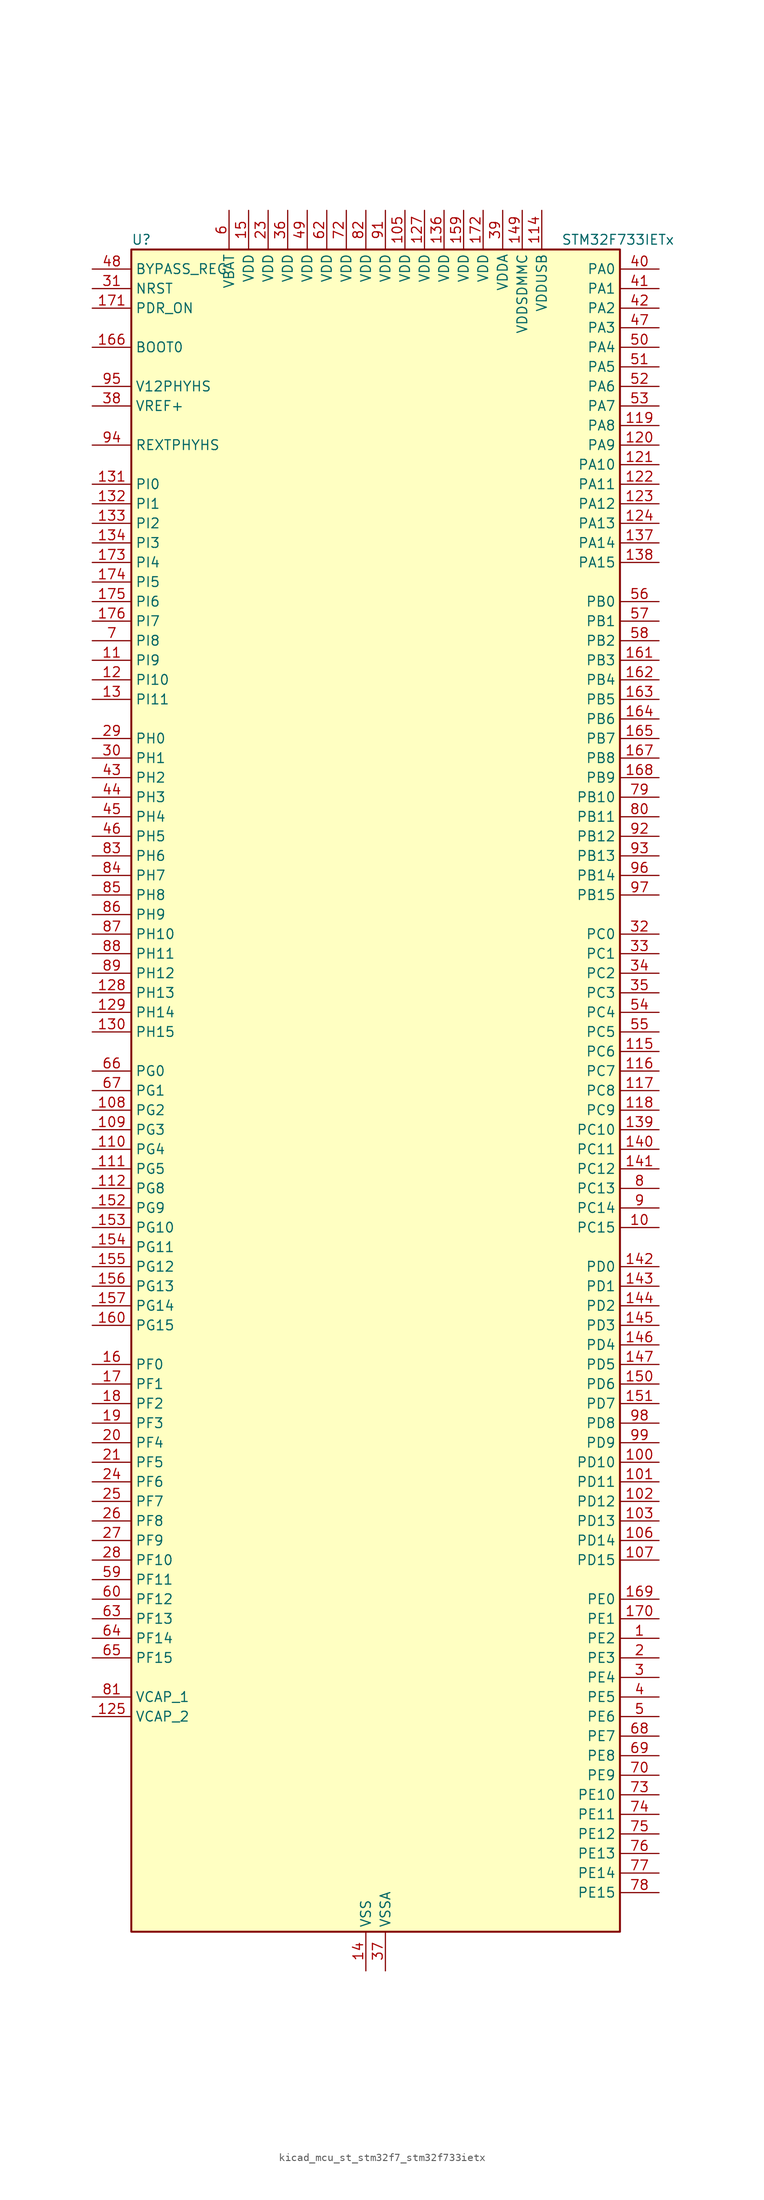
<source format=kicad_sym>
(kicad_symbol_lib
  (version 20220914)
  (generator kicad_symbol_editor)
  (symbol "kicad_mcu_st_stm32f7_stm32f733ietx"
    (property "Reference" "U"
      (at -30.48 110.49 0)
      (effects (font (size 1.27 1.27)) (justify left)))
    (property "Value" "STM32F733IETx"
      (at 25.4 110.49 0)
      (effects (font (size 1.27 1.27)) (justify left)))
    (property "ki_locked" ""
      (at 0 0 0)
      (effects (font (size 1.27 1.27))))
    (symbol "kicad_mcu_st_stm32f7_stm32f733ietx_0_1"
      (rectangle (start -30.48 -109.22) (end 33.02 109.22) (stroke (width 0.254) (type default)) (fill (type background))))
    (symbol "kicad_mcu_st_stm32f7_stm32f733ietx_1_1"
      (pin bidirectional line (at 38.1 -71.12 180) (length 5.08) (name "PE2" (effects (font (size 1.27 1.27)))) (number "1" (effects (font (size 1.27 1.27)))) (alternate "FMC_A23" bidirectional line) (alternate "QUADSPI_BK1_IO2" bidirectional line) (alternate "SAI1_MCLK_A" bidirectional line) (alternate "SPI4_SCK" bidirectional line) (alternate "SYS_TRACECLK" bidirectional line))
      (pin bidirectional line (at 38.1 -17.78 180) (length 5.08) (name "PC15" (effects (font (size 1.27 1.27)))) (number "10" (effects (font (size 1.27 1.27)))) (alternate "RCC_OSC32_OUT" bidirectional line))
      (pin bidirectional line (at 38.1 -48.26 180) (length 5.08) (name "PD10" (effects (font (size 1.27 1.27)))) (number "100" (effects (font (size 1.27 1.27)))) (alternate "FMC_D15" bidirectional line) (alternate "FMC_DA15" bidirectional line) (alternate "USART3_CK" bidirectional line))
      (pin bidirectional line (at 38.1 -50.8 180) (length 5.08) (name "PD11" (effects (font (size 1.27 1.27)))) (number "101" (effects (font (size 1.27 1.27)))) (alternate "ADC1_EXTI11" bidirectional line) (alternate "ADC2_EXTI11" bidirectional line) (alternate "ADC3_EXTI11" bidirectional line) (alternate "FMC_A16" bidirectional line) (alternate "FMC_CLE" bidirectional line) (alternate "QUADSPI_BK1_IO0" bidirectional line) (alternate "SAI2_SD_A" bidirectional line) (alternate "USART3_CTS" bidirectional line))
      (pin bidirectional line (at 38.1 -53.34 180) (length 5.08) (name "PD12" (effects (font (size 1.27 1.27)))) (number "102" (effects (font (size 1.27 1.27)))) (alternate "FMC_A17" bidirectional line) (alternate "FMC_ALE" bidirectional line) (alternate "LPTIM1_IN1" bidirectional line) (alternate "QUADSPI_BK1_IO1" bidirectional line) (alternate "SAI2_FS_A" bidirectional line) (alternate "TIM4_CH1" bidirectional line) (alternate "USART3_DE" bidirectional line) (alternate "USART3_RTS" bidirectional line))
      (pin bidirectional line (at 38.1 -55.88 180) (length 5.08) (name "PD13" (effects (font (size 1.27 1.27)))) (number "103" (effects (font (size 1.27 1.27)))) (alternate "FMC_A18" bidirectional line) (alternate "LPTIM1_OUT" bidirectional line) (alternate "QUADSPI_BK1_IO3" bidirectional line) (alternate "SAI2_SCK_A" bidirectional line) (alternate "TIM4_CH2" bidirectional line))
      (pin passive line (at 0 -114.3 90) (length 5.08) hide (name "VSS" (effects (font (size 1.27 1.27)))) (number "104" (effects (font (size 1.27 1.27)))))
      (pin power_in line (at 5.08 114.3 270) (length 5.08) (name "VDD" (effects (font (size 1.27 1.27)))) (number "105" (effects (font (size 1.27 1.27)))))
      (pin bidirectional line (at 38.1 -58.42 180) (length 5.08) (name "PD14" (effects (font (size 1.27 1.27)))) (number "106" (effects (font (size 1.27 1.27)))) (alternate "FMC_D0" bidirectional line) (alternate "FMC_DA0" bidirectional line) (alternate "TIM4_CH3" bidirectional line) (alternate "UART8_CTS" bidirectional line))
      (pin bidirectional line (at 38.1 -60.96 180) (length 5.08) (name "PD15" (effects (font (size 1.27 1.27)))) (number "107" (effects (font (size 1.27 1.27)))) (alternate "FMC_D1" bidirectional line) (alternate "FMC_DA1" bidirectional line) (alternate "TIM4_CH4" bidirectional line) (alternate "UART8_DE" bidirectional line) (alternate "UART8_RTS" bidirectional line))
      (pin bidirectional line (at -35.56 -2.54 0) (length 5.08) (name "PG2" (effects (font (size 1.27 1.27)))) (number "108" (effects (font (size 1.27 1.27)))) (alternate "FMC_A12" bidirectional line))
      (pin bidirectional line (at -35.56 -5.08 0) (length 5.08) (name "PG3" (effects (font (size 1.27 1.27)))) (number "109" (effects (font (size 1.27 1.27)))) (alternate "FMC_A13" bidirectional line))
      (pin bidirectional line (at -35.56 55.88 0) (length 5.08) (name "PI9" (effects (font (size 1.27 1.27)))) (number "11" (effects (font (size 1.27 1.27)))) (alternate "CAN1_RX" bidirectional line) (alternate "DAC_EXTI9" bidirectional line) (alternate "FMC_D30" bidirectional line) (alternate "UART4_RX" bidirectional line))
      (pin bidirectional line (at -35.56 -7.62 0) (length 5.08) (name "PG4" (effects (font (size 1.27 1.27)))) (number "110" (effects (font (size 1.27 1.27)))) (alternate "FMC_A14" bidirectional line) (alternate "FMC_BA0" bidirectional line))
      (pin bidirectional line (at -35.56 -10.16 0) (length 5.08) (name "PG5" (effects (font (size 1.27 1.27)))) (number "111" (effects (font (size 1.27 1.27)))) (alternate "FMC_A15" bidirectional line) (alternate "FMC_BA1" bidirectional line))
      (pin bidirectional line (at -35.56 -12.7 0) (length 5.08) (name "PG8" (effects (font (size 1.27 1.27)))) (number "112" (effects (font (size 1.27 1.27)))) (alternate "FMC_SDCLK" bidirectional line) (alternate "USART6_DE" bidirectional line) (alternate "USART6_RTS" bidirectional line))
      (pin passive line (at 0 -114.3 90) (length 5.08) hide (name "VSS" (effects (font (size 1.27 1.27)))) (number "113" (effects (font (size 1.27 1.27)))))
      (pin power_in line (at 22.86 114.3 270) (length 5.08) (name "VDDUSB" (effects (font (size 1.27 1.27)))) (number "114" (effects (font (size 1.27 1.27)))))
      (pin bidirectional line (at 38.1 5.08 180) (length 5.08) (name "PC6" (effects (font (size 1.27 1.27)))) (number "115" (effects (font (size 1.27 1.27)))) (alternate "I2S2_MCK" bidirectional line) (alternate "SDMMC1_D6" bidirectional line) (alternate "SDMMC2_D6" bidirectional line) (alternate "TIM3_CH1" bidirectional line) (alternate "TIM8_CH1" bidirectional line) (alternate "USART6_TX" bidirectional line))
      (pin bidirectional line (at 38.1 2.54 180) (length 5.08) (name "PC7" (effects (font (size 1.27 1.27)))) (number "116" (effects (font (size 1.27 1.27)))) (alternate "I2S3_MCK" bidirectional line) (alternate "SDMMC1_D7" bidirectional line) (alternate "SDMMC2_D7" bidirectional line) (alternate "TIM3_CH2" bidirectional line) (alternate "TIM8_CH2" bidirectional line) (alternate "USART6_RX" bidirectional line))
      (pin bidirectional line (at 38.1 0 180) (length 5.08) (name "PC8" (effects (font (size 1.27 1.27)))) (number "117" (effects (font (size 1.27 1.27)))) (alternate "SDMMC1_D0" bidirectional line) (alternate "SYS_TRACED1" bidirectional line) (alternate "TIM3_CH3" bidirectional line) (alternate "TIM8_CH3" bidirectional line) (alternate "UART5_DE" bidirectional line) (alternate "UART5_RTS" bidirectional line) (alternate "USART6_CK" bidirectional line))
      (pin bidirectional line (at 38.1 -2.54 180) (length 5.08) (name "PC9" (effects (font (size 1.27 1.27)))) (number "118" (effects (font (size 1.27 1.27)))) (alternate "DAC_EXTI9" bidirectional line) (alternate "I2C3_SDA" bidirectional line) (alternate "I2S_CKIN" bidirectional line) (alternate "QUADSPI_BK1_IO0" bidirectional line) (alternate "RCC_MCO_2" bidirectional line) (alternate "SDMMC1_D1" bidirectional line) (alternate "TIM3_CH4" bidirectional line) (alternate "TIM8_CH4" bidirectional line) (alternate "UART5_CTS" bidirectional line))
      (pin bidirectional line (at 38.1 86.36 180) (length 5.08) (name "PA8" (effects (font (size 1.27 1.27)))) (number "119" (effects (font (size 1.27 1.27)))) (alternate "I2C3_SCL" bidirectional line) (alternate "RCC_MCO_1" bidirectional line) (alternate "TIM1_CH1" bidirectional line) (alternate "TIM8_BKIN2" bidirectional line) (alternate "USART1_CK" bidirectional line) (alternate "USB_OTG_FS_SOF" bidirectional line))
      (pin bidirectional line (at -35.56 53.34 0) (length 5.08) (name "PI10" (effects (font (size 1.27 1.27)))) (number "12" (effects (font (size 1.27 1.27)))) (alternate "FMC_D31" bidirectional line))
      (pin bidirectional line (at 38.1 83.82 180) (length 5.08) (name "PA9" (effects (font (size 1.27 1.27)))) (number "120" (effects (font (size 1.27 1.27)))) (alternate "DAC_EXTI9" bidirectional line) (alternate "I2C3_SMBA" bidirectional line) (alternate "I2S2_CK" bidirectional line) (alternate "SPI2_SCK" bidirectional line) (alternate "TIM1_CH2" bidirectional line) (alternate "USART1_TX" bidirectional line) (alternate "USB_OTG_FS_VBUS" bidirectional line))
      (pin bidirectional line (at 38.1 81.28 180) (length 5.08) (name "PA10" (effects (font (size 1.27 1.27)))) (number "121" (effects (font (size 1.27 1.27)))) (alternate "TIM1_CH3" bidirectional line) (alternate "USART1_RX" bidirectional line) (alternate "USB_OTG_FS_ID" bidirectional line))
      (pin bidirectional line (at 38.1 78.74 180) (length 5.08) (name "PA11" (effects (font (size 1.27 1.27)))) (number "122" (effects (font (size 1.27 1.27)))) (alternate "ADC1_EXTI11" bidirectional line) (alternate "ADC2_EXTI11" bidirectional line) (alternate "ADC3_EXTI11" bidirectional line) (alternate "CAN1_RX" bidirectional line) (alternate "TIM1_CH4" bidirectional line) (alternate "USART1_CTS" bidirectional line) (alternate "USB_OTG_FS_DM" bidirectional line))
      (pin bidirectional line (at 38.1 76.2 180) (length 5.08) (name "PA12" (effects (font (size 1.27 1.27)))) (number "123" (effects (font (size 1.27 1.27)))) (alternate "CAN1_TX" bidirectional line) (alternate "SAI2_FS_B" bidirectional line) (alternate "TIM1_ETR" bidirectional line) (alternate "USART1_DE" bidirectional line) (alternate "USART1_RTS" bidirectional line) (alternate "USB_OTG_FS_DP" bidirectional line))
      (pin bidirectional line (at 38.1 73.66 180) (length 5.08) (name "PA13" (effects (font (size 1.27 1.27)))) (number "124" (effects (font (size 1.27 1.27)))) (alternate "SYS_JTMS-SWDIO" bidirectional line))
      (pin power_out line (at -35.56 -81.28 0) (length 5.08) (name "VCAP_2" (effects (font (size 1.27 1.27)))) (number "125" (effects (font (size 1.27 1.27)))))
      (pin passive line (at 0 -114.3 90) (length 5.08) hide (name "VSS" (effects (font (size 1.27 1.27)))) (number "126" (effects (font (size 1.27 1.27)))))
      (pin power_in line (at 7.62 114.3 270) (length 5.08) (name "VDD" (effects (font (size 1.27 1.27)))) (number "127" (effects (font (size 1.27 1.27)))))
      (pin bidirectional line (at -35.56 12.7 0) (length 5.08) (name "PH13" (effects (font (size 1.27 1.27)))) (number "128" (effects (font (size 1.27 1.27)))) (alternate "CAN1_TX" bidirectional line) (alternate "FMC_D21" bidirectional line) (alternate "TIM8_CH1N" bidirectional line) (alternate "UART4_TX" bidirectional line))
      (pin bidirectional line (at -35.56 10.16 0) (length 5.08) (name "PH14" (effects (font (size 1.27 1.27)))) (number "129" (effects (font (size 1.27 1.27)))) (alternate "CAN1_RX" bidirectional line) (alternate "FMC_D22" bidirectional line) (alternate "TIM8_CH2N" bidirectional line) (alternate "UART4_RX" bidirectional line))
      (pin bidirectional line (at -35.56 50.8 0) (length 5.08) (name "PI11" (effects (font (size 1.27 1.27)))) (number "13" (effects (font (size 1.27 1.27)))) (alternate "ADC1_EXTI11" bidirectional line) (alternate "ADC2_EXTI11" bidirectional line) (alternate "ADC3_EXTI11" bidirectional line) (alternate "SYS_WKUP6" bidirectional line))
      (pin bidirectional line (at -35.56 7.62 0) (length 5.08) (name "PH15" (effects (font (size 1.27 1.27)))) (number "130" (effects (font (size 1.27 1.27)))) (alternate "FMC_D23" bidirectional line) (alternate "TIM8_CH3N" bidirectional line))
      (pin bidirectional line (at -35.56 78.74 0) (length 5.08) (name "PI0" (effects (font (size 1.27 1.27)))) (number "131" (effects (font (size 1.27 1.27)))) (alternate "FMC_D24" bidirectional line) (alternate "I2S2_WS" bidirectional line) (alternate "SPI2_NSS" bidirectional line) (alternate "TIM5_CH4" bidirectional line))
      (pin bidirectional line (at -35.56 76.2 0) (length 5.08) (name "PI1" (effects (font (size 1.27 1.27)))) (number "132" (effects (font (size 1.27 1.27)))) (alternate "FMC_D25" bidirectional line) (alternate "I2S2_CK" bidirectional line) (alternate "SPI2_SCK" bidirectional line) (alternate "TIM8_BKIN2" bidirectional line))
      (pin bidirectional line (at -35.56 73.66 0) (length 5.08) (name "PI2" (effects (font (size 1.27 1.27)))) (number "133" (effects (font (size 1.27 1.27)))) (alternate "FMC_D26" bidirectional line) (alternate "SPI2_MISO" bidirectional line) (alternate "TIM8_CH4" bidirectional line))
      (pin bidirectional line (at -35.56 71.12 0) (length 5.08) (name "PI3" (effects (font (size 1.27 1.27)))) (number "134" (effects (font (size 1.27 1.27)))) (alternate "FMC_D27" bidirectional line) (alternate "I2S2_SD" bidirectional line) (alternate "SPI2_MOSI" bidirectional line) (alternate "TIM8_ETR" bidirectional line))
      (pin passive line (at 0 -114.3 90) (length 5.08) hide (name "VSS" (effects (font (size 1.27 1.27)))) (number "135" (effects (font (size 1.27 1.27)))))
      (pin power_in line (at 10.16 114.3 270) (length 5.08) (name "VDD" (effects (font (size 1.27 1.27)))) (number "136" (effects (font (size 1.27 1.27)))))
      (pin bidirectional line (at 38.1 71.12 180) (length 5.08) (name "PA14" (effects (font (size 1.27 1.27)))) (number "137" (effects (font (size 1.27 1.27)))) (alternate "SYS_JTCK-SWCLK" bidirectional line))
      (pin bidirectional line (at 38.1 68.58 180) (length 5.08) (name "PA15" (effects (font (size 1.27 1.27)))) (number "138" (effects (font (size 1.27 1.27)))) (alternate "I2S1_WS" bidirectional line) (alternate "I2S3_WS" bidirectional line) (alternate "SPI1_NSS" bidirectional line) (alternate "SPI3_NSS" bidirectional line) (alternate "SYS_JTDI" bidirectional line) (alternate "TIM2_CH1" bidirectional line) (alternate "TIM2_ETR" bidirectional line) (alternate "UART4_DE" bidirectional line) (alternate "UART4_RTS" bidirectional line))
      (pin bidirectional line (at 38.1 -5.08 180) (length 5.08) (name "PC10" (effects (font (size 1.27 1.27)))) (number "139" (effects (font (size 1.27 1.27)))) (alternate "I2S3_CK" bidirectional line) (alternate "QUADSPI_BK1_IO1" bidirectional line) (alternate "SDMMC1_D2" bidirectional line) (alternate "SPI3_SCK" bidirectional line) (alternate "UART4_TX" bidirectional line) (alternate "USART3_TX" bidirectional line))
      (pin power_in line (at 0 -114.3 90) (length 5.08) (name "VSS" (effects (font (size 1.27 1.27)))) (number "14" (effects (font (size 1.27 1.27)))))
      (pin bidirectional line (at 38.1 -7.62 180) (length 5.08) (name "PC11" (effects (font (size 1.27 1.27)))) (number "140" (effects (font (size 1.27 1.27)))) (alternate "ADC1_EXTI11" bidirectional line) (alternate "ADC2_EXTI11" bidirectional line) (alternate "ADC3_EXTI11" bidirectional line) (alternate "QUADSPI_BK2_NCS" bidirectional line) (alternate "SDMMC1_D3" bidirectional line) (alternate "SPI3_MISO" bidirectional line) (alternate "UART4_RX" bidirectional line) (alternate "USART3_RX" bidirectional line))
      (pin bidirectional line (at 38.1 -10.16 180) (length 5.08) (name "PC12" (effects (font (size 1.27 1.27)))) (number "141" (effects (font (size 1.27 1.27)))) (alternate "I2S3_SD" bidirectional line) (alternate "SDMMC1_CK" bidirectional line) (alternate "SPI3_MOSI" bidirectional line) (alternate "SYS_TRACED3" bidirectional line) (alternate "UART5_TX" bidirectional line) (alternate "USART3_CK" bidirectional line))
      (pin bidirectional line (at 38.1 -22.86 180) (length 5.08) (name "PD0" (effects (font (size 1.27 1.27)))) (number "142" (effects (font (size 1.27 1.27)))) (alternate "CAN1_RX" bidirectional line) (alternate "FMC_D2" bidirectional line) (alternate "FMC_DA2" bidirectional line))
      (pin bidirectional line (at 38.1 -25.4 180) (length 5.08) (name "PD1" (effects (font (size 1.27 1.27)))) (number "143" (effects (font (size 1.27 1.27)))) (alternate "CAN1_TX" bidirectional line) (alternate "FMC_D3" bidirectional line) (alternate "FMC_DA3" bidirectional line))
      (pin bidirectional line (at 38.1 -27.94 180) (length 5.08) (name "PD2" (effects (font (size 1.27 1.27)))) (number "144" (effects (font (size 1.27 1.27)))) (alternate "SDMMC1_CMD" bidirectional line) (alternate "SYS_TRACED2" bidirectional line) (alternate "TIM3_ETR" bidirectional line) (alternate "UART5_RX" bidirectional line))
      (pin bidirectional line (at 38.1 -30.48 180) (length 5.08) (name "PD3" (effects (font (size 1.27 1.27)))) (number "145" (effects (font (size 1.27 1.27)))) (alternate "FMC_CLK" bidirectional line) (alternate "I2S2_CK" bidirectional line) (alternate "SPI2_SCK" bidirectional line) (alternate "USART2_CTS" bidirectional line))
      (pin bidirectional line (at 38.1 -33.02 180) (length 5.08) (name "PD4" (effects (font (size 1.27 1.27)))) (number "146" (effects (font (size 1.27 1.27)))) (alternate "FMC_NOE" bidirectional line) (alternate "USART2_DE" bidirectional line) (alternate "USART2_RTS" bidirectional line))
      (pin bidirectional line (at 38.1 -35.56 180) (length 5.08) (name "PD5" (effects (font (size 1.27 1.27)))) (number "147" (effects (font (size 1.27 1.27)))) (alternate "FMC_NWE" bidirectional line) (alternate "USART2_TX" bidirectional line))
      (pin passive line (at 0 -114.3 90) (length 5.08) hide (name "VSS" (effects (font (size 1.27 1.27)))) (number "148" (effects (font (size 1.27 1.27)))))
      (pin power_in line (at 20.32 114.3 270) (length 5.08) (name "VDDSDMMC" (effects (font (size 1.27 1.27)))) (number "149" (effects (font (size 1.27 1.27)))))
      (pin power_in line (at -15.24 114.3 270) (length 5.08) (name "VDD" (effects (font (size 1.27 1.27)))) (number "15" (effects (font (size 1.27 1.27)))))
      (pin bidirectional line (at 38.1 -38.1 180) (length 5.08) (name "PD6" (effects (font (size 1.27 1.27)))) (number "150" (effects (font (size 1.27 1.27)))) (alternate "FMC_NWAIT" bidirectional line) (alternate "I2S3_SD" bidirectional line) (alternate "SAI1_SD_A" bidirectional line) (alternate "SDMMC2_CK" bidirectional line) (alternate "SPI3_MOSI" bidirectional line) (alternate "USART2_RX" bidirectional line))
      (pin bidirectional line (at 38.1 -40.64 180) (length 5.08) (name "PD7" (effects (font (size 1.27 1.27)))) (number "151" (effects (font (size 1.27 1.27)))) (alternate "FMC_NE1" bidirectional line) (alternate "SDMMC2_CMD" bidirectional line) (alternate "USART2_CK" bidirectional line))
      (pin bidirectional line (at -35.56 -15.24 0) (length 5.08) (name "PG9" (effects (font (size 1.27 1.27)))) (number "152" (effects (font (size 1.27 1.27)))) (alternate "DAC_EXTI9" bidirectional line) (alternate "FMC_NCE" bidirectional line) (alternate "FMC_NE2" bidirectional line) (alternate "QUADSPI_BK2_IO2" bidirectional line) (alternate "SAI2_FS_B" bidirectional line) (alternate "SDMMC2_D0" bidirectional line) (alternate "USART6_RX" bidirectional line))
      (pin bidirectional line (at -35.56 -17.78 0) (length 5.08) (name "PG10" (effects (font (size 1.27 1.27)))) (number "153" (effects (font (size 1.27 1.27)))) (alternate "FMC_NE3" bidirectional line) (alternate "SAI2_SD_B" bidirectional line) (alternate "SDMMC2_D1" bidirectional line))
      (pin bidirectional line (at -35.56 -20.32 0) (length 5.08) (name "PG11" (effects (font (size 1.27 1.27)))) (number "154" (effects (font (size 1.27 1.27)))) (alternate "ADC1_EXTI11" bidirectional line) (alternate "ADC2_EXTI11" bidirectional line) (alternate "ADC3_EXTI11" bidirectional line) (alternate "FMC_INT" bidirectional line) (alternate "SDMMC2_D2" bidirectional line))
      (pin bidirectional line (at -35.56 -22.86 0) (length 5.08) (name "PG12" (effects (font (size 1.27 1.27)))) (number "155" (effects (font (size 1.27 1.27)))) (alternate "FMC_NE4" bidirectional line) (alternate "LPTIM1_IN1" bidirectional line) (alternate "SDMMC2_D3" bidirectional line) (alternate "USART6_DE" bidirectional line) (alternate "USART6_RTS" bidirectional line))
      (pin bidirectional line (at -35.56 -25.4 0) (length 5.08) (name "PG13" (effects (font (size 1.27 1.27)))) (number "156" (effects (font (size 1.27 1.27)))) (alternate "FMC_A24" bidirectional line) (alternate "LPTIM1_OUT" bidirectional line) (alternate "SYS_TRACED0" bidirectional line) (alternate "USART6_CTS" bidirectional line))
      (pin bidirectional line (at -35.56 -27.94 0) (length 5.08) (name "PG14" (effects (font (size 1.27 1.27)))) (number "157" (effects (font (size 1.27 1.27)))) (alternate "FMC_A25" bidirectional line) (alternate "LPTIM1_ETR" bidirectional line) (alternate "QUADSPI_BK2_IO3" bidirectional line) (alternate "SYS_TRACED1" bidirectional line) (alternate "USART6_TX" bidirectional line))
      (pin passive line (at 0 -114.3 90) (length 5.08) hide (name "VSS" (effects (font (size 1.27 1.27)))) (number "158" (effects (font (size 1.27 1.27)))))
      (pin power_in line (at 12.7 114.3 270) (length 5.08) (name "VDD" (effects (font (size 1.27 1.27)))) (number "159" (effects (font (size 1.27 1.27)))))
      (pin bidirectional line (at -35.56 -35.56 0) (length 5.08) (name "PF0" (effects (font (size 1.27 1.27)))) (number "16" (effects (font (size 1.27 1.27)))) (alternate "FMC_A0" bidirectional line) (alternate "I2C2_SDA" bidirectional line))
      (pin bidirectional line (at -35.56 -30.48 0) (length 5.08) (name "PG15" (effects (font (size 1.27 1.27)))) (number "160" (effects (font (size 1.27 1.27)))) (alternate "FMC_SDNCAS" bidirectional line) (alternate "USART6_CTS" bidirectional line))
      (pin bidirectional line (at 38.1 55.88 180) (length 5.08) (name "PB3" (effects (font (size 1.27 1.27)))) (number "161" (effects (font (size 1.27 1.27)))) (alternate "I2S1_CK" bidirectional line) (alternate "I2S3_CK" bidirectional line) (alternate "SDMMC2_D2" bidirectional line) (alternate "SPI1_SCK" bidirectional line) (alternate "SPI3_SCK" bidirectional line) (alternate "SYS_JTDO-SWO" bidirectional line) (alternate "TIM2_CH2" bidirectional line))
      (pin bidirectional line (at 38.1 53.34 180) (length 5.08) (name "PB4" (effects (font (size 1.27 1.27)))) (number "162" (effects (font (size 1.27 1.27)))) (alternate "I2S2_WS" bidirectional line) (alternate "SDMMC2_D3" bidirectional line) (alternate "SPI1_MISO" bidirectional line) (alternate "SPI2_NSS" bidirectional line) (alternate "SPI3_MISO" bidirectional line) (alternate "SYS_JTRST" bidirectional line) (alternate "TIM3_CH1" bidirectional line))
      (pin bidirectional line (at 38.1 50.8 180) (length 5.08) (name "PB5" (effects (font (size 1.27 1.27)))) (number "163" (effects (font (size 1.27 1.27)))) (alternate "FMC_SDCKE1" bidirectional line) (alternate "I2C1_SMBA" bidirectional line) (alternate "I2S1_SD" bidirectional line) (alternate "I2S3_SD" bidirectional line) (alternate "SPI1_MOSI" bidirectional line) (alternate "SPI3_MOSI" bidirectional line) (alternate "TIM3_CH2" bidirectional line))
      (pin bidirectional line (at 38.1 48.26 180) (length 5.08) (name "PB6" (effects (font (size 1.27 1.27)))) (number "164" (effects (font (size 1.27 1.27)))) (alternate "FMC_SDNE1" bidirectional line) (alternate "I2C1_SCL" bidirectional line) (alternate "QUADSPI_BK1_NCS" bidirectional line) (alternate "TIM4_CH1" bidirectional line) (alternate "USART1_TX" bidirectional line))
      (pin bidirectional line (at 38.1 45.72 180) (length 5.08) (name "PB7" (effects (font (size 1.27 1.27)))) (number "165" (effects (font (size 1.27 1.27)))) (alternate "FMC_NL" bidirectional line) (alternate "I2C1_SDA" bidirectional line) (alternate "TIM4_CH2" bidirectional line) (alternate "USART1_RX" bidirectional line))
      (pin input line (at -35.56 96.52 0) (length 5.08) (name "BOOT0" (effects (font (size 1.27 1.27)))) (number "166" (effects (font (size 1.27 1.27)))))
      (pin bidirectional line (at 38.1 43.18 180) (length 5.08) (name "PB8" (effects (font (size 1.27 1.27)))) (number "167" (effects (font (size 1.27 1.27)))) (alternate "CAN1_RX" bidirectional line) (alternate "I2C1_SCL" bidirectional line) (alternate "SDMMC1_D4" bidirectional line) (alternate "SDMMC2_D4" bidirectional line) (alternate "TIM10_CH1" bidirectional line) (alternate "TIM4_CH3" bidirectional line))
      (pin bidirectional line (at 38.1 40.64 180) (length 5.08) (name "PB9" (effects (font (size 1.27 1.27)))) (number "168" (effects (font (size 1.27 1.27)))) (alternate "CAN1_TX" bidirectional line) (alternate "DAC_EXTI9" bidirectional line) (alternate "I2C1_SDA" bidirectional line) (alternate "I2S2_WS" bidirectional line) (alternate "SDMMC1_D5" bidirectional line) (alternate "SDMMC2_D5" bidirectional line) (alternate "SPI2_NSS" bidirectional line) (alternate "TIM11_CH1" bidirectional line) (alternate "TIM4_CH4" bidirectional line))
      (pin bidirectional line (at 38.1 -66.04 180) (length 5.08) (name "PE0" (effects (font (size 1.27 1.27)))) (number "169" (effects (font (size 1.27 1.27)))) (alternate "FMC_NBL0" bidirectional line) (alternate "LPTIM1_ETR" bidirectional line) (alternate "SAI2_MCLK_A" bidirectional line) (alternate "TIM4_ETR" bidirectional line) (alternate "UART8_RX" bidirectional line))
      (pin bidirectional line (at -35.56 -38.1 0) (length 5.08) (name "PF1" (effects (font (size 1.27 1.27)))) (number "17" (effects (font (size 1.27 1.27)))) (alternate "FMC_A1" bidirectional line) (alternate "I2C2_SCL" bidirectional line))
      (pin bidirectional line (at 38.1 -68.58 180) (length 5.08) (name "PE1" (effects (font (size 1.27 1.27)))) (number "170" (effects (font (size 1.27 1.27)))) (alternate "FMC_NBL1" bidirectional line) (alternate "LPTIM1_IN2" bidirectional line) (alternate "UART8_TX" bidirectional line))
      (pin input line (at -35.56 101.6 0) (length 5.08) (name "PDR_ON" (effects (font (size 1.27 1.27)))) (number "171" (effects (font (size 1.27 1.27)))))
      (pin power_in line (at 15.24 114.3 270) (length 5.08) (name "VDD" (effects (font (size 1.27 1.27)))) (number "172" (effects (font (size 1.27 1.27)))))
      (pin bidirectional line (at -35.56 68.58 0) (length 5.08) (name "PI4" (effects (font (size 1.27 1.27)))) (number "173" (effects (font (size 1.27 1.27)))) (alternate "FMC_NBL2" bidirectional line) (alternate "SAI2_MCLK_A" bidirectional line) (alternate "TIM8_BKIN" bidirectional line))
      (pin bidirectional line (at -35.56 66.04 0) (length 5.08) (name "PI5" (effects (font (size 1.27 1.27)))) (number "174" (effects (font (size 1.27 1.27)))) (alternate "FMC_NBL3" bidirectional line) (alternate "SAI2_SCK_A" bidirectional line) (alternate "TIM8_CH1" bidirectional line))
      (pin bidirectional line (at -35.56 63.5 0) (length 5.08) (name "PI6" (effects (font (size 1.27 1.27)))) (number "175" (effects (font (size 1.27 1.27)))) (alternate "FMC_D28" bidirectional line) (alternate "SAI2_SD_A" bidirectional line) (alternate "TIM8_CH2" bidirectional line))
      (pin bidirectional line (at -35.56 60.96 0) (length 5.08) (name "PI7" (effects (font (size 1.27 1.27)))) (number "176" (effects (font (size 1.27 1.27)))) (alternate "FMC_D29" bidirectional line) (alternate "SAI2_FS_A" bidirectional line) (alternate "TIM8_CH3" bidirectional line))
      (pin bidirectional line (at -35.56 -40.64 0) (length 5.08) (name "PF2" (effects (font (size 1.27 1.27)))) (number "18" (effects (font (size 1.27 1.27)))) (alternate "FMC_A2" bidirectional line) (alternate "I2C2_SMBA" bidirectional line))
      (pin bidirectional line (at -35.56 -43.18 0) (length 5.08) (name "PF3" (effects (font (size 1.27 1.27)))) (number "19" (effects (font (size 1.27 1.27)))) (alternate "ADC3_IN9" bidirectional line) (alternate "FMC_A3" bidirectional line))
      (pin bidirectional line (at 38.1 -73.66 180) (length 5.08) (name "PE3" (effects (font (size 1.27 1.27)))) (number "2" (effects (font (size 1.27 1.27)))) (alternate "FMC_A19" bidirectional line) (alternate "SAI1_SD_B" bidirectional line) (alternate "SYS_TRACED0" bidirectional line))
      (pin bidirectional line (at -35.56 -45.72 0) (length 5.08) (name "PF4" (effects (font (size 1.27 1.27)))) (number "20" (effects (font (size 1.27 1.27)))) (alternate "ADC3_IN14" bidirectional line) (alternate "FMC_A4" bidirectional line))
      (pin bidirectional line (at -35.56 -48.26 0) (length 5.08) (name "PF5" (effects (font (size 1.27 1.27)))) (number "21" (effects (font (size 1.27 1.27)))) (alternate "ADC3_IN15" bidirectional line) (alternate "FMC_A5" bidirectional line))
      (pin passive line (at 0 -114.3 90) (length 5.08) hide (name "VSS" (effects (font (size 1.27 1.27)))) (number "22" (effects (font (size 1.27 1.27)))))
      (pin power_in line (at -12.7 114.3 270) (length 5.08) (name "VDD" (effects (font (size 1.27 1.27)))) (number "23" (effects (font (size 1.27 1.27)))))
      (pin bidirectional line (at -35.56 -50.8 0) (length 5.08) (name "PF6" (effects (font (size 1.27 1.27)))) (number "24" (effects (font (size 1.27 1.27)))) (alternate "ADC3_IN4" bidirectional line) (alternate "QUADSPI_BK1_IO3" bidirectional line) (alternate "SAI1_SD_B" bidirectional line) (alternate "SPI5_NSS" bidirectional line) (alternate "TIM10_CH1" bidirectional line) (alternate "UART7_RX" bidirectional line))
      (pin bidirectional line (at -35.56 -53.34 0) (length 5.08) (name "PF7" (effects (font (size 1.27 1.27)))) (number "25" (effects (font (size 1.27 1.27)))) (alternate "ADC3_IN5" bidirectional line) (alternate "QUADSPI_BK1_IO2" bidirectional line) (alternate "SAI1_MCLK_B" bidirectional line) (alternate "SPI5_SCK" bidirectional line) (alternate "TIM11_CH1" bidirectional line) (alternate "UART7_TX" bidirectional line))
      (pin bidirectional line (at -35.56 -55.88 0) (length 5.08) (name "PF8" (effects (font (size 1.27 1.27)))) (number "26" (effects (font (size 1.27 1.27)))) (alternate "ADC3_IN6" bidirectional line) (alternate "QUADSPI_BK1_IO0" bidirectional line) (alternate "SAI1_SCK_B" bidirectional line) (alternate "SPI5_MISO" bidirectional line) (alternate "TIM13_CH1" bidirectional line) (alternate "UART7_DE" bidirectional line) (alternate "UART7_RTS" bidirectional line))
      (pin bidirectional line (at -35.56 -58.42 0) (length 5.08) (name "PF9" (effects (font (size 1.27 1.27)))) (number "27" (effects (font (size 1.27 1.27)))) (alternate "ADC3_IN7" bidirectional line) (alternate "DAC_EXTI9" bidirectional line) (alternate "QUADSPI_BK1_IO1" bidirectional line) (alternate "SAI1_FS_B" bidirectional line) (alternate "SPI5_MOSI" bidirectional line) (alternate "TIM14_CH1" bidirectional line) (alternate "UART7_CTS" bidirectional line))
      (pin bidirectional line (at -35.56 -60.96 0) (length 5.08) (name "PF10" (effects (font (size 1.27 1.27)))) (number "28" (effects (font (size 1.27 1.27)))) (alternate "ADC3_IN8" bidirectional line))
      (pin bidirectional line (at -35.56 45.72 0) (length 5.08) (name "PH0" (effects (font (size 1.27 1.27)))) (number "29" (effects (font (size 1.27 1.27)))) (alternate "RCC_OSC_IN" bidirectional line))
      (pin bidirectional line (at 38.1 -76.2 180) (length 5.08) (name "PE4" (effects (font (size 1.27 1.27)))) (number "3" (effects (font (size 1.27 1.27)))) (alternate "FMC_A20" bidirectional line) (alternate "SAI1_FS_A" bidirectional line) (alternate "SPI4_NSS" bidirectional line) (alternate "SYS_TRACED1" bidirectional line))
      (pin bidirectional line (at -35.56 43.18 0) (length 5.08) (name "PH1" (effects (font (size 1.27 1.27)))) (number "30" (effects (font (size 1.27 1.27)))) (alternate "RCC_OSC_OUT" bidirectional line))
      (pin input line (at -35.56 104.14 0) (length 5.08) (name "NRST" (effects (font (size 1.27 1.27)))) (number "31" (effects (font (size 1.27 1.27)))))
      (pin bidirectional line (at 38.1 20.32 180) (length 5.08) (name "PC0" (effects (font (size 1.27 1.27)))) (number "32" (effects (font (size 1.27 1.27)))) (alternate "ADC1_IN10" bidirectional line) (alternate "ADC2_IN10" bidirectional line) (alternate "ADC3_IN10" bidirectional line) (alternate "FMC_SDNWE" bidirectional line) (alternate "SAI2_FS_B" bidirectional line))
      (pin bidirectional line (at 38.1 17.78 180) (length 5.08) (name "PC1" (effects (font (size 1.27 1.27)))) (number "33" (effects (font (size 1.27 1.27)))) (alternate "ADC1_IN11" bidirectional line) (alternate "ADC2_IN11" bidirectional line) (alternate "ADC3_IN11" bidirectional line) (alternate "I2S2_SD" bidirectional line) (alternate "RTC_TAMP3" bidirectional line) (alternate "RTC_TS" bidirectional line) (alternate "SAI1_SD_A" bidirectional line) (alternate "SPI2_MOSI" bidirectional line) (alternate "SYS_TRACED0" bidirectional line) (alternate "SYS_WKUP3" bidirectional line))
      (pin bidirectional line (at 38.1 15.24 180) (length 5.08) (name "PC2" (effects (font (size 1.27 1.27)))) (number "34" (effects (font (size 1.27 1.27)))) (alternate "ADC1_IN12" bidirectional line) (alternate "ADC2_IN12" bidirectional line) (alternate "ADC3_IN12" bidirectional line) (alternate "FMC_SDNE0" bidirectional line) (alternate "SPI2_MISO" bidirectional line))
      (pin bidirectional line (at 38.1 12.7 180) (length 5.08) (name "PC3" (effects (font (size 1.27 1.27)))) (number "35" (effects (font (size 1.27 1.27)))) (alternate "ADC1_IN13" bidirectional line) (alternate "ADC2_IN13" bidirectional line) (alternate "ADC3_IN13" bidirectional line) (alternate "FMC_SDCKE0" bidirectional line) (alternate "I2S2_SD" bidirectional line) (alternate "SPI2_MOSI" bidirectional line))
      (pin power_in line (at -10.16 114.3 270) (length 5.08) (name "VDD" (effects (font (size 1.27 1.27)))) (number "36" (effects (font (size 1.27 1.27)))))
      (pin power_in line (at 2.54 -114.3 90) (length 5.08) (name "VSSA" (effects (font (size 1.27 1.27)))) (number "37" (effects (font (size 1.27 1.27)))))
      (pin input line (at -35.56 88.9 0) (length 5.08) (name "VREF+" (effects (font (size 1.27 1.27)))) (number "38" (effects (font (size 1.27 1.27)))))
      (pin power_in line (at 17.78 114.3 270) (length 5.08) (name "VDDA" (effects (font (size 1.27 1.27)))) (number "39" (effects (font (size 1.27 1.27)))))
      (pin bidirectional line (at 38.1 -78.74 180) (length 5.08) (name "PE5" (effects (font (size 1.27 1.27)))) (number "4" (effects (font (size 1.27 1.27)))) (alternate "FMC_A21" bidirectional line) (alternate "SAI1_SCK_A" bidirectional line) (alternate "SPI4_MISO" bidirectional line) (alternate "SYS_TRACED2" bidirectional line) (alternate "TIM9_CH1" bidirectional line))
      (pin bidirectional line (at 38.1 106.68 180) (length 5.08) (name "PA0" (effects (font (size 1.27 1.27)))) (number "40" (effects (font (size 1.27 1.27)))) (alternate "ADC1_IN0" bidirectional line) (alternate "ADC2_IN0" bidirectional line) (alternate "ADC3_IN0" bidirectional line) (alternate "SAI2_SD_B" bidirectional line) (alternate "SYS_WKUP1" bidirectional line) (alternate "TIM2_CH1" bidirectional line) (alternate "TIM2_ETR" bidirectional line) (alternate "TIM5_CH1" bidirectional line) (alternate "TIM8_ETR" bidirectional line) (alternate "UART4_TX" bidirectional line) (alternate "USART2_CTS" bidirectional line))
      (pin bidirectional line (at 38.1 104.14 180) (length 5.08) (name "PA1" (effects (font (size 1.27 1.27)))) (number "41" (effects (font (size 1.27 1.27)))) (alternate "ADC1_IN1" bidirectional line) (alternate "ADC2_IN1" bidirectional line) (alternate "ADC3_IN1" bidirectional line) (alternate "QUADSPI_BK1_IO3" bidirectional line) (alternate "SAI2_MCLK_B" bidirectional line) (alternate "TIM2_CH2" bidirectional line) (alternate "TIM5_CH2" bidirectional line) (alternate "UART4_RX" bidirectional line) (alternate "USART2_DE" bidirectional line) (alternate "USART2_RTS" bidirectional line))
      (pin bidirectional line (at 38.1 101.6 180) (length 5.08) (name "PA2" (effects (font (size 1.27 1.27)))) (number "42" (effects (font (size 1.27 1.27)))) (alternate "ADC1_IN2" bidirectional line) (alternate "ADC2_IN2" bidirectional line) (alternate "ADC3_IN2" bidirectional line) (alternate "SAI2_SCK_B" bidirectional line) (alternate "SYS_WKUP2" bidirectional line) (alternate "TIM2_CH3" bidirectional line) (alternate "TIM5_CH3" bidirectional line) (alternate "TIM9_CH1" bidirectional line) (alternate "USART2_TX" bidirectional line))
      (pin bidirectional line (at -35.56 40.64 0) (length 5.08) (name "PH2" (effects (font (size 1.27 1.27)))) (number "43" (effects (font (size 1.27 1.27)))) (alternate "FMC_SDCKE0" bidirectional line) (alternate "LPTIM1_IN2" bidirectional line) (alternate "QUADSPI_BK2_IO0" bidirectional line) (alternate "SAI2_SCK_B" bidirectional line))
      (pin bidirectional line (at -35.56 38.1 0) (length 5.08) (name "PH3" (effects (font (size 1.27 1.27)))) (number "44" (effects (font (size 1.27 1.27)))) (alternate "FMC_SDNE0" bidirectional line) (alternate "QUADSPI_BK2_IO1" bidirectional line) (alternate "SAI2_MCLK_B" bidirectional line))
      (pin bidirectional line (at -35.56 35.56 0) (length 5.08) (name "PH4" (effects (font (size 1.27 1.27)))) (number "45" (effects (font (size 1.27 1.27)))) (alternate "I2C2_SCL" bidirectional line))
      (pin bidirectional line (at -35.56 33.02 0) (length 5.08) (name "PH5" (effects (font (size 1.27 1.27)))) (number "46" (effects (font (size 1.27 1.27)))) (alternate "FMC_SDNWE" bidirectional line) (alternate "I2C2_SDA" bidirectional line) (alternate "SPI5_NSS" bidirectional line))
      (pin bidirectional line (at 38.1 99.06 180) (length 5.08) (name "PA3" (effects (font (size 1.27 1.27)))) (number "47" (effects (font (size 1.27 1.27)))) (alternate "ADC1_IN3" bidirectional line) (alternate "ADC2_IN3" bidirectional line) (alternate "ADC3_IN3" bidirectional line) (alternate "TIM2_CH4" bidirectional line) (alternate "TIM5_CH4" bidirectional line) (alternate "TIM9_CH2" bidirectional line) (alternate "USART2_RX" bidirectional line))
      (pin input line (at -35.56 106.68 0) (length 5.08) (name "BYPASS_REG" (effects (font (size 1.27 1.27)))) (number "48" (effects (font (size 1.27 1.27)))))
      (pin power_in line (at -7.62 114.3 270) (length 5.08) (name "VDD" (effects (font (size 1.27 1.27)))) (number "49" (effects (font (size 1.27 1.27)))))
      (pin bidirectional line (at 38.1 -81.28 180) (length 5.08) (name "PE6" (effects (font (size 1.27 1.27)))) (number "5" (effects (font (size 1.27 1.27)))) (alternate "FMC_A22" bidirectional line) (alternate "SAI1_SD_A" bidirectional line) (alternate "SAI2_MCLK_B" bidirectional line) (alternate "SPI4_MOSI" bidirectional line) (alternate "SYS_TRACED3" bidirectional line) (alternate "TIM1_BKIN2" bidirectional line) (alternate "TIM9_CH2" bidirectional line))
      (pin bidirectional line (at 38.1 96.52 180) (length 5.08) (name "PA4" (effects (font (size 1.27 1.27)))) (number "50" (effects (font (size 1.27 1.27)))) (alternate "ADC1_IN4" bidirectional line) (alternate "ADC2_IN4" bidirectional line) (alternate "DAC_OUT1" bidirectional line) (alternate "I2S1_WS" bidirectional line) (alternate "I2S3_WS" bidirectional line) (alternate "SPI1_NSS" bidirectional line) (alternate "SPI3_NSS" bidirectional line) (alternate "USART2_CK" bidirectional line) (alternate "USB_OTG_HS_SOF" bidirectional line))
      (pin bidirectional line (at 38.1 93.98 180) (length 5.08) (name "PA5" (effects (font (size 1.27 1.27)))) (number "51" (effects (font (size 1.27 1.27)))) (alternate "ADC1_IN5" bidirectional line) (alternate "ADC2_IN5" bidirectional line) (alternate "DAC_OUT2" bidirectional line) (alternate "I2S1_CK" bidirectional line) (alternate "SPI1_SCK" bidirectional line) (alternate "TIM2_CH1" bidirectional line) (alternate "TIM2_ETR" bidirectional line) (alternate "TIM8_CH1N" bidirectional line))
      (pin bidirectional line (at 38.1 91.44 180) (length 5.08) (name "PA6" (effects (font (size 1.27 1.27)))) (number "52" (effects (font (size 1.27 1.27)))) (alternate "ADC1_IN6" bidirectional line) (alternate "ADC2_IN6" bidirectional line) (alternate "SPI1_MISO" bidirectional line) (alternate "TIM13_CH1" bidirectional line) (alternate "TIM1_BKIN" bidirectional line) (alternate "TIM3_CH1" bidirectional line) (alternate "TIM8_BKIN" bidirectional line))
      (pin bidirectional line (at 38.1 88.9 180) (length 5.08) (name "PA7" (effects (font (size 1.27 1.27)))) (number "53" (effects (font (size 1.27 1.27)))) (alternate "ADC1_IN7" bidirectional line) (alternate "ADC2_IN7" bidirectional line) (alternate "FMC_SDNWE" bidirectional line) (alternate "I2S1_SD" bidirectional line) (alternate "SPI1_MOSI" bidirectional line) (alternate "TIM14_CH1" bidirectional line) (alternate "TIM1_CH1N" bidirectional line) (alternate "TIM3_CH2" bidirectional line) (alternate "TIM8_CH1N" bidirectional line))
      (pin bidirectional line (at 38.1 10.16 180) (length 5.08) (name "PC4" (effects (font (size 1.27 1.27)))) (number "54" (effects (font (size 1.27 1.27)))) (alternate "ADC1_IN14" bidirectional line) (alternate "ADC2_IN14" bidirectional line) (alternate "FMC_SDNE0" bidirectional line) (alternate "I2S1_MCK" bidirectional line))
      (pin bidirectional line (at 38.1 7.62 180) (length 5.08) (name "PC5" (effects (font (size 1.27 1.27)))) (number "55" (effects (font (size 1.27 1.27)))) (alternate "ADC1_IN15" bidirectional line) (alternate "ADC2_IN15" bidirectional line) (alternate "FMC_SDCKE0" bidirectional line))
      (pin bidirectional line (at 38.1 63.5 180) (length 5.08) (name "PB0" (effects (font (size 1.27 1.27)))) (number "56" (effects (font (size 1.27 1.27)))) (alternate "ADC1_IN8" bidirectional line) (alternate "ADC2_IN8" bidirectional line) (alternate "TIM1_CH2N" bidirectional line) (alternate "TIM3_CH3" bidirectional line) (alternate "TIM8_CH2N" bidirectional line) (alternate "UART4_CTS" bidirectional line))
      (pin bidirectional line (at 38.1 60.96 180) (length 5.08) (name "PB1" (effects (font (size 1.27 1.27)))) (number "57" (effects (font (size 1.27 1.27)))) (alternate "ADC1_IN9" bidirectional line) (alternate "ADC2_IN9" bidirectional line) (alternate "TIM1_CH3N" bidirectional line) (alternate "TIM3_CH4" bidirectional line) (alternate "TIM8_CH3N" bidirectional line))
      (pin bidirectional line (at 38.1 58.42 180) (length 5.08) (name "PB2" (effects (font (size 1.27 1.27)))) (number "58" (effects (font (size 1.27 1.27)))) (alternate "I2S3_SD" bidirectional line) (alternate "QUADSPI_CLK" bidirectional line) (alternate "SAI1_SD_A" bidirectional line) (alternate "SPI3_MOSI" bidirectional line))
      (pin bidirectional line (at -35.56 -63.5 0) (length 5.08) (name "PF11" (effects (font (size 1.27 1.27)))) (number "59" (effects (font (size 1.27 1.27)))) (alternate "ADC1_EXTI11" bidirectional line) (alternate "ADC2_EXTI11" bidirectional line) (alternate "ADC3_EXTI11" bidirectional line) (alternate "FMC_SDNRAS" bidirectional line) (alternate "SAI2_SD_B" bidirectional line) (alternate "SPI5_MOSI" bidirectional line))
      (pin power_in line (at -17.78 114.3 270) (length 5.08) (name "VBAT" (effects (font (size 1.27 1.27)))) (number "6" (effects (font (size 1.27 1.27)))))
      (pin bidirectional line (at -35.56 -66.04 0) (length 5.08) (name "PF12" (effects (font (size 1.27 1.27)))) (number "60" (effects (font (size 1.27 1.27)))) (alternate "FMC_A6" bidirectional line))
      (pin passive line (at 0 -114.3 90) (length 5.08) hide (name "VSS" (effects (font (size 1.27 1.27)))) (number "61" (effects (font (size 1.27 1.27)))))
      (pin power_in line (at -5.08 114.3 270) (length 5.08) (name "VDD" (effects (font (size 1.27 1.27)))) (number "62" (effects (font (size 1.27 1.27)))))
      (pin bidirectional line (at -35.56 -68.58 0) (length 5.08) (name "PF13" (effects (font (size 1.27 1.27)))) (number "63" (effects (font (size 1.27 1.27)))) (alternate "FMC_A7" bidirectional line))
      (pin bidirectional line (at -35.56 -71.12 0) (length 5.08) (name "PF14" (effects (font (size 1.27 1.27)))) (number "64" (effects (font (size 1.27 1.27)))) (alternate "FMC_A8" bidirectional line))
      (pin bidirectional line (at -35.56 -73.66 0) (length 5.08) (name "PF15" (effects (font (size 1.27 1.27)))) (number "65" (effects (font (size 1.27 1.27)))) (alternate "FMC_A9" bidirectional line))
      (pin bidirectional line (at -35.56 2.54 0) (length 5.08) (name "PG0" (effects (font (size 1.27 1.27)))) (number "66" (effects (font (size 1.27 1.27)))) (alternate "FMC_A10" bidirectional line))
      (pin bidirectional line (at -35.56 0 0) (length 5.08) (name "PG1" (effects (font (size 1.27 1.27)))) (number "67" (effects (font (size 1.27 1.27)))) (alternate "FMC_A11" bidirectional line))
      (pin bidirectional line (at 38.1 -83.82 180) (length 5.08) (name "PE7" (effects (font (size 1.27 1.27)))) (number "68" (effects (font (size 1.27 1.27)))) (alternate "FMC_D4" bidirectional line) (alternate "FMC_DA4" bidirectional line) (alternate "QUADSPI_BK2_IO0" bidirectional line) (alternate "TIM1_ETR" bidirectional line) (alternate "UART7_RX" bidirectional line))
      (pin bidirectional line (at 38.1 -86.36 180) (length 5.08) (name "PE8" (effects (font (size 1.27 1.27)))) (number "69" (effects (font (size 1.27 1.27)))) (alternate "FMC_D5" bidirectional line) (alternate "FMC_DA5" bidirectional line) (alternate "QUADSPI_BK2_IO1" bidirectional line) (alternate "TIM1_CH1N" bidirectional line) (alternate "UART7_TX" bidirectional line))
      (pin bidirectional line (at -35.56 58.42 0) (length 5.08) (name "PI8" (effects (font (size 1.27 1.27)))) (number "7" (effects (font (size 1.27 1.27)))) (alternate "RTC_TAMP2" bidirectional line) (alternate "RTC_TS" bidirectional line) (alternate "SYS_WKUP5" bidirectional line))
      (pin bidirectional line (at 38.1 -88.9 180) (length 5.08) (name "PE9" (effects (font (size 1.27 1.27)))) (number "70" (effects (font (size 1.27 1.27)))) (alternate "DAC_EXTI9" bidirectional line) (alternate "FMC_D6" bidirectional line) (alternate "FMC_DA6" bidirectional line) (alternate "QUADSPI_BK2_IO2" bidirectional line) (alternate "TIM1_CH1" bidirectional line) (alternate "UART7_DE" bidirectional line) (alternate "UART7_RTS" bidirectional line))
      (pin passive line (at 0 -114.3 90) (length 5.08) hide (name "VSS" (effects (font (size 1.27 1.27)))) (number "71" (effects (font (size 1.27 1.27)))))
      (pin power_in line (at -2.54 114.3 270) (length 5.08) (name "VDD" (effects (font (size 1.27 1.27)))) (number "72" (effects (font (size 1.27 1.27)))))
      (pin bidirectional line (at 38.1 -91.44 180) (length 5.08) (name "PE10" (effects (font (size 1.27 1.27)))) (number "73" (effects (font (size 1.27 1.27)))) (alternate "FMC_D7" bidirectional line) (alternate "FMC_DA7" bidirectional line) (alternate "QUADSPI_BK2_IO3" bidirectional line) (alternate "TIM1_CH2N" bidirectional line) (alternate "UART7_CTS" bidirectional line))
      (pin bidirectional line (at 38.1 -93.98 180) (length 5.08) (name "PE11" (effects (font (size 1.27 1.27)))) (number "74" (effects (font (size 1.27 1.27)))) (alternate "ADC1_EXTI11" bidirectional line) (alternate "ADC2_EXTI11" bidirectional line) (alternate "ADC3_EXTI11" bidirectional line) (alternate "FMC_D8" bidirectional line) (alternate "FMC_DA8" bidirectional line) (alternate "SAI2_SD_B" bidirectional line) (alternate "SPI4_NSS" bidirectional line) (alternate "TIM1_CH2" bidirectional line))
      (pin bidirectional line (at 38.1 -96.52 180) (length 5.08) (name "PE12" (effects (font (size 1.27 1.27)))) (number "75" (effects (font (size 1.27 1.27)))) (alternate "FMC_D9" bidirectional line) (alternate "FMC_DA9" bidirectional line) (alternate "SAI2_SCK_B" bidirectional line) (alternate "SPI4_SCK" bidirectional line) (alternate "TIM1_CH3N" bidirectional line))
      (pin bidirectional line (at 38.1 -99.06 180) (length 5.08) (name "PE13" (effects (font (size 1.27 1.27)))) (number "76" (effects (font (size 1.27 1.27)))) (alternate "FMC_D10" bidirectional line) (alternate "FMC_DA10" bidirectional line) (alternate "SAI2_FS_B" bidirectional line) (alternate "SPI4_MISO" bidirectional line) (alternate "TIM1_CH3" bidirectional line))
      (pin bidirectional line (at 38.1 -101.6 180) (length 5.08) (name "PE14" (effects (font (size 1.27 1.27)))) (number "77" (effects (font (size 1.27 1.27)))) (alternate "FMC_D11" bidirectional line) (alternate "FMC_DA11" bidirectional line) (alternate "SAI2_MCLK_B" bidirectional line) (alternate "SPI4_MOSI" bidirectional line) (alternate "TIM1_CH4" bidirectional line))
      (pin bidirectional line (at 38.1 -104.14 180) (length 5.08) (name "PE15" (effects (font (size 1.27 1.27)))) (number "78" (effects (font (size 1.27 1.27)))) (alternate "FMC_D12" bidirectional line) (alternate "FMC_DA12" bidirectional line) (alternate "TIM1_BKIN" bidirectional line))
      (pin bidirectional line (at 38.1 38.1 180) (length 5.08) (name "PB10" (effects (font (size 1.27 1.27)))) (number "79" (effects (font (size 1.27 1.27)))) (alternate "I2C2_SCL" bidirectional line) (alternate "I2S2_CK" bidirectional line) (alternate "SPI2_SCK" bidirectional line) (alternate "TIM2_CH3" bidirectional line) (alternate "USART3_TX" bidirectional line))
      (pin bidirectional line (at 38.1 -12.7 180) (length 5.08) (name "PC13" (effects (font (size 1.27 1.27)))) (number "8" (effects (font (size 1.27 1.27)))) (alternate "RTC_OUT" bidirectional line) (alternate "RTC_TAMP1" bidirectional line) (alternate "RTC_TS" bidirectional line) (alternate "SYS_WKUP4" bidirectional line))
      (pin bidirectional line (at 38.1 35.56 180) (length 5.08) (name "PB11" (effects (font (size 1.27 1.27)))) (number "80" (effects (font (size 1.27 1.27)))) (alternate "ADC1_EXTI11" bidirectional line) (alternate "ADC2_EXTI11" bidirectional line) (alternate "ADC3_EXTI11" bidirectional line) (alternate "I2C2_SDA" bidirectional line) (alternate "TIM2_CH4" bidirectional line) (alternate "USART3_RX" bidirectional line))
      (pin power_out line (at -35.56 -78.74 0) (length 5.08) (name "VCAP_1" (effects (font (size 1.27 1.27)))) (number "81" (effects (font (size 1.27 1.27)))))
      (pin power_in line (at 0 114.3 270) (length 5.08) (name "VDD" (effects (font (size 1.27 1.27)))) (number "82" (effects (font (size 1.27 1.27)))))
      (pin bidirectional line (at -35.56 30.48 0) (length 5.08) (name "PH6" (effects (font (size 1.27 1.27)))) (number "83" (effects (font (size 1.27 1.27)))) (alternate "FMC_SDNE1" bidirectional line) (alternate "I2C2_SMBA" bidirectional line) (alternate "SPI5_SCK" bidirectional line) (alternate "TIM12_CH1" bidirectional line))
      (pin bidirectional line (at -35.56 27.94 0) (length 5.08) (name "PH7" (effects (font (size 1.27 1.27)))) (number "84" (effects (font (size 1.27 1.27)))) (alternate "FMC_SDCKE1" bidirectional line) (alternate "I2C3_SCL" bidirectional line) (alternate "SPI5_MISO" bidirectional line))
      (pin bidirectional line (at -35.56 25.4 0) (length 5.08) (name "PH8" (effects (font (size 1.27 1.27)))) (number "85" (effects (font (size 1.27 1.27)))) (alternate "FMC_D16" bidirectional line) (alternate "I2C3_SDA" bidirectional line))
      (pin bidirectional line (at -35.56 22.86 0) (length 5.08) (name "PH9" (effects (font (size 1.27 1.27)))) (number "86" (effects (font (size 1.27 1.27)))) (alternate "DAC_EXTI9" bidirectional line) (alternate "FMC_D17" bidirectional line) (alternate "I2C3_SMBA" bidirectional line) (alternate "TIM12_CH2" bidirectional line))
      (pin bidirectional line (at -35.56 20.32 0) (length 5.08) (name "PH10" (effects (font (size 1.27 1.27)))) (number "87" (effects (font (size 1.27 1.27)))) (alternate "FMC_D18" bidirectional line) (alternate "TIM5_CH1" bidirectional line))
      (pin bidirectional line (at -35.56 17.78 0) (length 5.08) (name "PH11" (effects (font (size 1.27 1.27)))) (number "88" (effects (font (size 1.27 1.27)))) (alternate "ADC1_EXTI11" bidirectional line) (alternate "ADC2_EXTI11" bidirectional line) (alternate "ADC3_EXTI11" bidirectional line) (alternate "FMC_D19" bidirectional line) (alternate "TIM5_CH2" bidirectional line))
      (pin bidirectional line (at -35.56 15.24 0) (length 5.08) (name "PH12" (effects (font (size 1.27 1.27)))) (number "89" (effects (font (size 1.27 1.27)))) (alternate "FMC_D20" bidirectional line) (alternate "TIM5_CH3" bidirectional line))
      (pin bidirectional line (at 38.1 -15.24 180) (length 5.08) (name "PC14" (effects (font (size 1.27 1.27)))) (number "9" (effects (font (size 1.27 1.27)))) (alternate "RCC_OSC32_IN" bidirectional line))
      (pin passive line (at 0 -114.3 90) (length 5.08) hide (name "VSS" (effects (font (size 1.27 1.27)))) (number "90" (effects (font (size 1.27 1.27)))))
      (pin power_in line (at 2.54 114.3 270) (length 5.08) (name "VDD" (effects (font (size 1.27 1.27)))) (number "91" (effects (font (size 1.27 1.27)))))
      (pin bidirectional line (at 38.1 33.02 180) (length 5.08) (name "PB12" (effects (font (size 1.27 1.27)))) (number "92" (effects (font (size 1.27 1.27)))) (alternate "I2C2_SMBA" bidirectional line) (alternate "I2S2_WS" bidirectional line) (alternate "SPI2_NSS" bidirectional line) (alternate "TIM1_BKIN" bidirectional line) (alternate "USART3_CK" bidirectional line) (alternate "USB_OTG_HS_ID" bidirectional line))
      (pin bidirectional line (at 38.1 30.48 180) (length 5.08) (name "PB13" (effects (font (size 1.27 1.27)))) (number "93" (effects (font (size 1.27 1.27)))) (alternate "I2S2_CK" bidirectional line) (alternate "SPI2_SCK" bidirectional line) (alternate "TIM1_CH1N" bidirectional line) (alternate "USART3_CTS" bidirectional line) (alternate "USB_OTG_HS_VBUS" bidirectional line))
      (pin bidirectional line (at -35.56 83.82 0) (length 5.08) (name "REXTPHYHS" (effects (font (size 1.27 1.27)))) (number "94" (effects (font (size 1.27 1.27)))) (alternate "USB_OTG_HS_REXTPHYHS" bidirectional line))
      (pin power_in line (at -35.56 91.44 0) (length 5.08) (name "V12PHYHS" (effects (font (size 1.27 1.27)))) (number "95" (effects (font (size 1.27 1.27)))))
      (pin bidirectional line (at 38.1 27.94 180) (length 5.08) (name "PB14" (effects (font (size 1.27 1.27)))) (number "96" (effects (font (size 1.27 1.27)))) (alternate "USB_OTG_HS_DM" bidirectional line))
      (pin bidirectional line (at 38.1 25.4 180) (length 5.08) (name "PB15" (effects (font (size 1.27 1.27)))) (number "97" (effects (font (size 1.27 1.27)))) (alternate "USB_OTG_HS_DP" bidirectional line))
      (pin bidirectional line (at 38.1 -43.18 180) (length 5.08) (name "PD8" (effects (font (size 1.27 1.27)))) (number "98" (effects (font (size 1.27 1.27)))) (alternate "FMC_D13" bidirectional line) (alternate "FMC_DA13" bidirectional line) (alternate "USART3_TX" bidirectional line))
      (pin bidirectional line (at 38.1 -45.72 180) (length 5.08) (name "PD9" (effects (font (size 1.27 1.27)))) (number "99" (effects (font (size 1.27 1.27)))) (alternate "DAC_EXTI9" bidirectional line) (alternate "FMC_D14" bidirectional line) (alternate "FMC_DA14" bidirectional line) (alternate "USART3_RX" bidirectional line)))))
</source>
